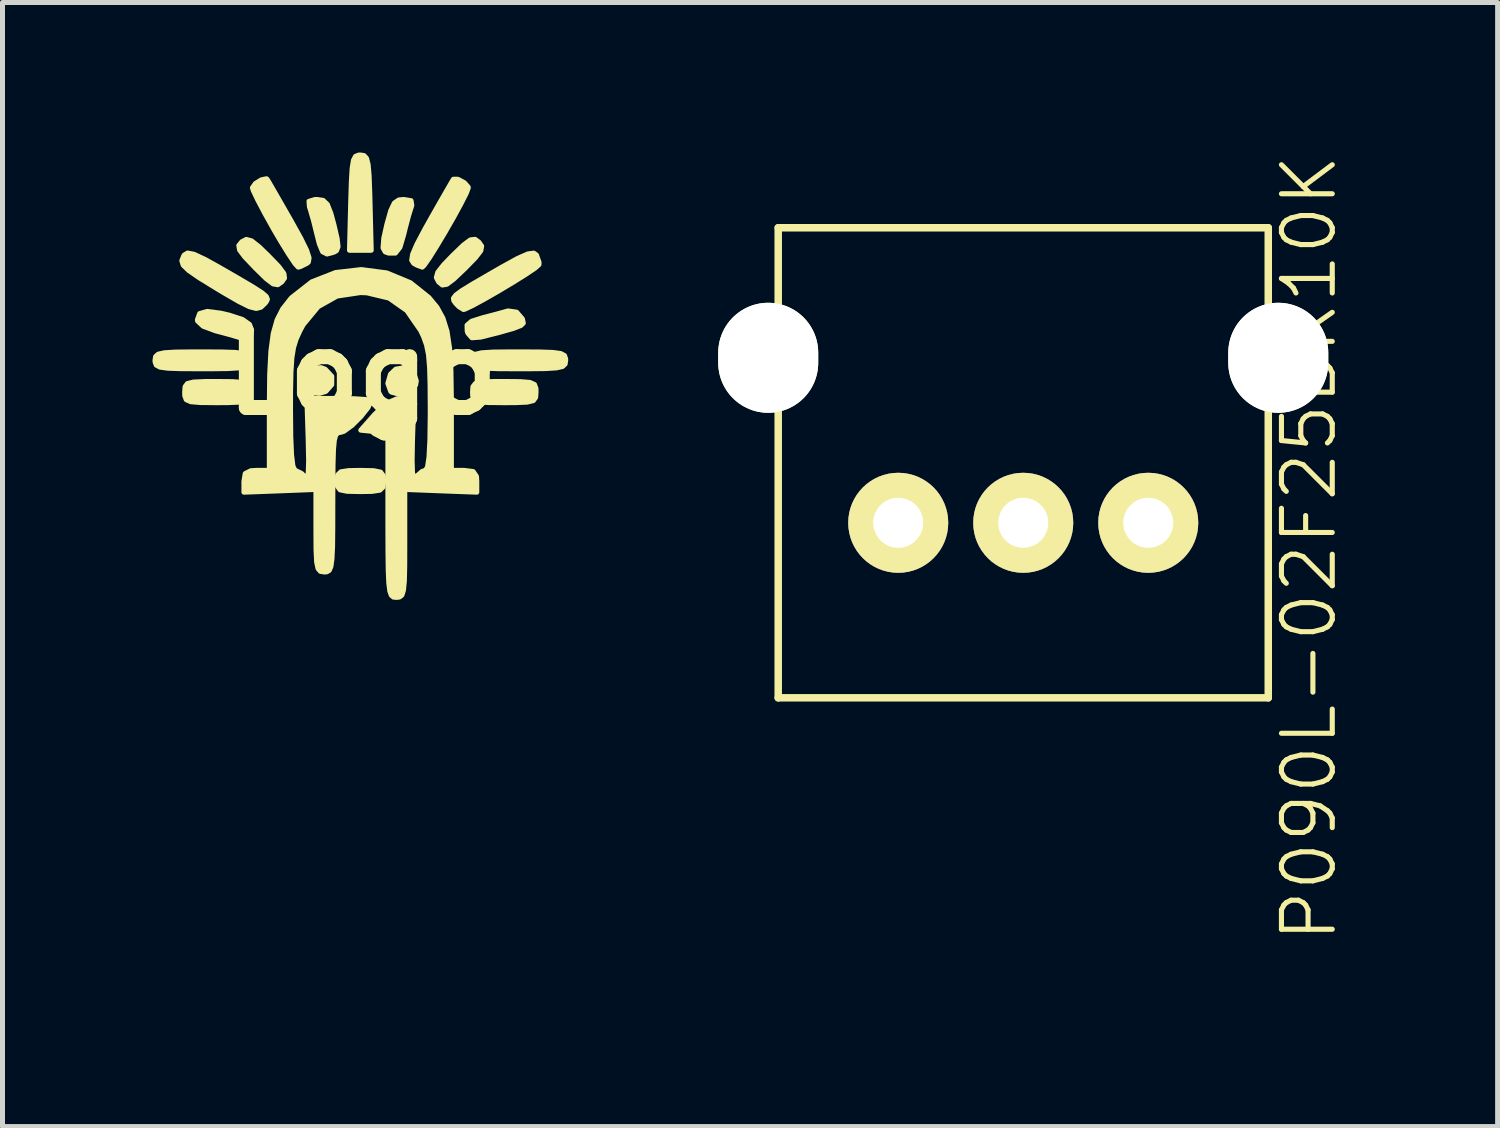
<source format=kicad_pcb>
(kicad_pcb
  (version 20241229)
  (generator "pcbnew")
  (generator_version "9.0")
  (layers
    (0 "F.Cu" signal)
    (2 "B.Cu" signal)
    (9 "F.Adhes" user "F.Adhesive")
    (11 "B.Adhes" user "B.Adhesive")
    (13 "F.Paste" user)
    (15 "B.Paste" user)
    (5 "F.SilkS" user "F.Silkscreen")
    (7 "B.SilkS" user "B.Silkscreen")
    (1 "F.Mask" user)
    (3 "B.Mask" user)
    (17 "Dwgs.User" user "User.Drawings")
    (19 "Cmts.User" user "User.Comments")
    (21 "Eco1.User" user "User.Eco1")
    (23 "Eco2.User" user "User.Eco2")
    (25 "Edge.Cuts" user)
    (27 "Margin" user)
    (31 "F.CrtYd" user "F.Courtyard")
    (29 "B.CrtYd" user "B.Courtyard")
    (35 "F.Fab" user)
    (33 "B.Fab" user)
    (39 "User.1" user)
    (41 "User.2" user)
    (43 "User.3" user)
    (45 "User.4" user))
  (footprint "Logo"
    (layer "F.Cu")
    (at 4.199 4.41)
    (property "Reference" "Logo" (at 0 0 0) (layer "F.SilkS") (effects (font (size 1.524 1.524) (thickness 0.3))))
    (attr through_hole)
    (fp_poly (pts (xy -0.614 0.065) (xy -0.615 0.233) (xy -0.732 0.367) (xy -0.861 0.407) (xy -1.047 0.389) (xy -1.143 0.255) (xy -1.146 0.244) (xy -1.141 0.044) (xy -1.02 -0.086) (xy -0.831 -0.108) (xy -0.745 -0.076) (xy -0.614 0.065)) (stroke (width 0.1) (type solid)) (fill yes) (layer "F.SilkS"))
    (fp_poly (pts (xy 1.077 0.155) (xy 1.063 0.239) (xy 0.945 0.376) (xy 0.757 0.431) (xy 0.582 0.383) (xy 0.564 0.367) (xy 0.507 0.207) (xy 0.559 0.025) (xy 0.666 -0.078) (xy 0.863 -0.111) (xy 1.018 -0.019) (xy 1.077 0.155)) (stroke (width 0.1) (type solid)) (fill yes) (layer "F.SilkS"))
    (fp_poly (pts (xy -2.217 -0.863) (xy -2.242 -0.715) (xy -2.381 -0.689) (xy -2.498 -0.722) (xy -2.627 -0.761) (xy -2.85 -0.821) (xy -2.942 -0.845) (xy -3.186 -0.936) (xy -3.298 -1.041) (xy -3.302 -1.064) (xy -3.256 -1.189) (xy -3.107 -1.232) (xy -2.833 -1.197) (xy -2.667 -1.158) (xy -2.399 -1.071) (xy -2.26 -0.973) (xy -2.217 -0.863)) (stroke (width 0.1) (type solid)) (fill yes) (layer "F.SilkS"))
    (fp_poly (pts (xy 0.175 -2.455) (xy -0.042 -2.455) (xy -0.26 -2.455) (xy -0.236 -3.408) (xy -0.223 -3.821) (xy -0.207 -4.094) (xy -0.181 -4.255) (xy -0.139 -4.334) (xy -0.075 -4.359) (xy -0.042 -4.36) (xy 0.031 -4.349) (xy 0.081 -4.295) (xy 0.113 -4.171) (xy 0.133 -3.946) (xy 0.146 -3.593) (xy 0.151 -3.408) (xy 0.175 -2.455)) (stroke (width 0.1) (type solid)) (fill yes) (layer "F.SilkS"))
    (fp_poly (pts (xy 0.423 2.159) (xy 0.411 2.28) (xy 0.347 2.343) (xy 0.19 2.367) (xy -0.042 2.371) (xy -0.309 2.365) (xy -0.448 2.336) (xy -0.5 2.265) (xy -0.508 2.159) (xy -0.496 2.038) (xy -0.432 1.975) (xy -0.275 1.951) (xy -0.042 1.947) (xy 0.224 1.953) (xy 0.363 1.982) (xy 0.416 2.053) (xy 0.423 2.159)) (stroke (width 0.1) (type solid)) (fill yes) (layer "F.SilkS"))
    (fp_poly (pts (xy 3.216 -0.998) (xy 3.169 -0.951) (xy 3.011 -0.89) (xy 2.725 -0.809) (xy 2.361 -0.718) (xy 2.188 -0.705) (xy 2.106 -0.8) (xy 2.094 -0.839) (xy 2.091 -0.957) (xy 2.183 -1.036) (xy 2.4 -1.105) (xy 2.66 -1.173) (xy 2.872 -1.231) (xy 2.91 -1.242) (xy 3.082 -1.218) (xy 3.199 -1.082) (xy 3.216 -0.998)) (stroke (width 0.1) (type solid)) (fill yes) (layer "F.SilkS"))
    (fp_poly (pts (xy 0.987 -3.353) (xy 0.977 -3.323) (xy 0.924 -3.154) (xy 0.856 -2.897) (xy 0.826 -2.773) (xy 0.75 -2.515) (xy 0.659 -2.399) (xy 0.525 -2.398) (xy 0.455 -2.423) (xy 0.411 -2.502) (xy 0.426 -2.696) (xy 0.486 -2.967) (xy 0.565 -3.248) (xy 0.637 -3.4) (xy 0.728 -3.462) (xy 0.824 -3.471) (xy 0.972 -3.447) (xy 0.987 -3.353)) (stroke (width 0.1) (type solid)) (fill yes) (layer "F.SilkS"))
    (fp_poly (pts (xy -1.559 -1.898) (xy -1.614 -1.821) (xy -1.694 -1.766) (xy -1.787 -1.782) (xy -1.926 -1.888) (xy -2.145 -2.102) (xy -2.145 -2.103) (xy -2.356 -2.324) (xy -2.459 -2.462) (xy -2.473 -2.551) (xy -2.414 -2.624) (xy -2.412 -2.626) (xy -2.323 -2.672) (xy -2.219 -2.644) (xy -2.065 -2.523) (xy -1.881 -2.344) (xy -1.672 -2.127) (xy -1.571 -1.99) (xy -1.559 -1.898)) (stroke (width 0.1) (type solid)) (fill yes) (layer "F.SilkS"))
    (fp_poly (pts (xy -0.488 -2.526) (xy -0.519 -2.447) (xy -0.568 -2.418) (xy -0.709 -2.38) (xy -0.797 -2.424) (xy -0.863 -2.582) (xy -0.911 -2.773) (xy -0.978 -3.043) (xy -1.041 -3.262) (xy -1.061 -3.323) (xy -1.07 -3.434) (xy -0.951 -3.47) (xy -0.908 -3.471) (xy -0.787 -3.453) (xy -0.702 -3.371) (xy -0.631 -3.189) (xy -0.571 -2.968) (xy -0.506 -2.686) (xy -0.488 -2.526)) (stroke (width 0.1) (type solid)) (fill yes) (layer "F.SilkS"))
    (fp_poly (pts (xy 2.383 -2.539) (xy 2.367 -2.446) (xy 2.26 -2.307) (xy 2.046 -2.088) (xy 2.046 -2.088) (xy 1.825 -1.878) (xy 1.686 -1.774) (xy 1.597 -1.76) (xy 1.525 -1.82) (xy 1.523 -1.821) (xy 1.477 -1.91) (xy 1.505 -2.014) (xy 1.626 -2.168) (xy 1.805 -2.353) (xy 2.021 -2.561) (xy 2.158 -2.663) (xy 2.251 -2.674) (xy 2.327 -2.619) (xy 2.383 -2.539)) (stroke (width 0.1) (type solid)) (fill yes) (layer "F.SilkS"))
    (fp_poly (pts (xy -2.286 0.381) (xy -2.294 0.489) (xy -2.341 0.552) (xy -2.464 0.582) (xy -2.698 0.592) (xy -2.921 0.593) (xy -3.244 0.59) (xy -3.433 0.574) (xy -3.525 0.533) (xy -3.554 0.455) (xy -3.556 0.381) (xy -3.548 0.273) (xy -3.501 0.21) (xy -3.378 0.18) (xy -3.144 0.17) (xy -2.921 0.169) (xy -2.598 0.172) (xy -2.409 0.188) (xy -2.317 0.229) (xy -2.288 0.307) (xy -2.286 0.381)) (stroke (width 0.1) (type solid)) (fill yes) (layer "F.SilkS"))
    (fp_poly (pts (xy 3.471 0.381) (xy 3.463 0.489) (xy 3.416 0.552) (xy 3.293 0.582) (xy 3.059 0.592) (xy 2.836 0.593) (xy 2.513 0.59) (xy 2.324 0.574) (xy 2.233 0.533) (xy 2.204 0.455) (xy 2.201 0.381) (xy 2.209 0.273) (xy 2.257 0.21) (xy 2.38 0.18) (xy 2.613 0.17) (xy 2.836 0.169) (xy 3.159 0.172) (xy 3.349 0.188) (xy 3.44 0.229) (xy 3.469 0.307) (xy 3.471 0.381)) (stroke (width 0.1) (type solid)) (fill yes) (layer "F.SilkS"))
    (fp_poly (pts (xy -1.901 -1.474) (xy -1.925 -1.424) (xy -1.952 -1.391) (xy -2.031 -1.316) (xy -2.124 -1.291) (xy -2.261 -1.326) (xy -2.471 -1.43) (xy -2.786 -1.612) (xy -2.918 -1.692) (xy -3.26 -1.902) (xy -3.475 -2.05) (xy -3.586 -2.158) (xy -3.613 -2.247) (xy -3.577 -2.339) (xy -3.565 -2.359) (xy -3.498 -2.4) (xy -3.369 -2.375) (xy -3.151 -2.273) (xy -2.868 -2.116) (xy -2.462 -1.882) (xy -2.183 -1.717) (xy -2.009 -1.605) (xy -1.922 -1.529) (xy -1.901 -1.474)) (stroke (width 0.1) (type solid)) (fill yes) (layer "F.SilkS"))
    (fp_poly (pts (xy -1.068 -2.304) (xy -1.081 -2.22) (xy -1.107 -2.196) (xy -1.243 -2.128) (xy -1.285 -2.118) (xy -1.348 -2.186) (xy -1.473 -2.372) (xy -1.64 -2.643) (xy -1.772 -2.868) (xy -1.952 -3.191) (xy -2.095 -3.462) (xy -2.183 -3.647) (xy -2.201 -3.705) (xy -2.142 -3.79) (xy -2.02 -3.865) (xy -1.919 -3.885) (xy -1.907 -3.875) (xy -1.86 -3.797) (xy -1.748 -3.603) (xy -1.588 -3.324) (xy -1.438 -3.062) (xy -1.237 -2.7) (xy -1.117 -2.456) (xy -1.068 -2.304)) (stroke (width 0.1) (type solid)) (fill yes) (layer "F.SilkS"))
    (fp_poly (pts (xy 2.117 -3.706) (xy 2.077 -3.598) (xy 1.972 -3.39) (xy 1.825 -3.119) (xy 1.655 -2.823) (xy 1.485 -2.538) (xy 1.337 -2.302) (xy 1.232 -2.152) (xy 1.196 -2.118) (xy 1.086 -2.159) (xy 1.023 -2.195) (xy 0.984 -2.256) (xy 1.002 -2.374) (xy 1.087 -2.573) (xy 1.249 -2.879) (xy 1.351 -3.062) (xy 1.535 -3.386) (xy 1.687 -3.651) (xy 1.787 -3.824) (xy 1.818 -3.875) (xy 1.909 -3.875) (xy 2.036 -3.807) (xy 2.114 -3.72) (xy 2.117 -3.706)) (stroke (width 0.1) (type solid)) (fill yes) (layer "F.SilkS"))
    (fp_poly (pts (xy 3.532 -2.214) (xy 3.529 -2.167) (xy 3.452 -2.099) (xy 3.265 -1.973) (xy 3.007 -1.812) (xy 2.718 -1.639) (xy 2.436 -1.477) (xy 2.2 -1.349) (xy 2.049 -1.278) (xy 2.021 -1.27) (xy 1.929 -1.327) (xy 1.867 -1.391) (xy 1.826 -1.446) (xy 1.819 -1.496) (xy 1.866 -1.558) (xy 1.987 -1.648) (xy 2.204 -1.781) (xy 2.535 -1.973) (xy 2.783 -2.116) (xy 3.101 -2.291) (xy 3.306 -2.382) (xy 3.425 -2.398) (xy 3.48 -2.359) (xy 3.532 -2.214)) (stroke (width 0.1) (type solid)) (fill yes) (layer "F.SilkS"))
    (fp_poly (pts (xy -2.286 -0.254) (xy -2.297 -0.18) (xy -2.348 -0.131) (xy -2.47 -0.103) (xy -2.692 -0.089) (xy -3.042 -0.085) (xy -3.217 -0.085) (xy -3.625 -0.087) (xy -3.892 -0.096) (xy -4.049 -0.118) (xy -4.124 -0.158) (xy -4.148 -0.222) (xy -4.149 -0.254) (xy -4.138 -0.328) (xy -4.086 -0.377) (xy -3.964 -0.405) (xy -3.743 -0.419) (xy -3.393 -0.423) (xy -3.217 -0.423) (xy -2.81 -0.421) (xy -2.542 -0.412) (xy -2.385 -0.39) (xy -2.31 -0.35) (xy -2.287 -0.286) (xy -2.286 -0.254)) (stroke (width 0.1) (type solid)) (fill yes) (layer "F.SilkS"))
    (fp_poly (pts (xy 4.064 -0.254) (xy 4.053 -0.18) (xy 4.002 -0.131) (xy 3.88 -0.103) (xy 3.658 -0.089) (xy 3.308 -0.085) (xy 3.133 -0.085) (xy 2.725 -0.087) (xy 2.458 -0.096) (xy 2.301 -0.118) (xy 2.226 -0.158) (xy 2.202 -0.222) (xy 2.201 -0.254) (xy 2.212 -0.328) (xy 2.264 -0.377) (xy 2.386 -0.405) (xy 2.607 -0.419) (xy 2.957 -0.423) (xy 3.133 -0.423) (xy 3.54 -0.421) (xy 3.808 -0.412) (xy 3.965 -0.39) (xy 4.04 -0.35) (xy 4.063 -0.286) (xy 4.064 -0.254)) (stroke (width 0.1) (type solid)) (fill yes) (layer "F.SilkS"))
    (fp_poly (pts (xy 2.286 2.383) (xy 1.566 2.356) (xy 0.846 2.328) (xy 0.846 3.408) (xy 0.845 3.852) (xy 0.838 4.154) (xy 0.82 4.342) (xy 0.789 4.441) (xy 0.738 4.481) (xy 0.677 4.487) (xy 0.619 4.481) (xy 0.576 4.445) (xy 0.546 4.36) (xy 0.526 4.201) (xy 0.515 3.948) (xy 0.51 3.578) (xy 0.508 3.069) (xy 0.508 2.842) (xy 0.508 1.196) (xy 0.237 1.17) (xy -0.034 1.143) (xy 0.246 0.826) (xy 0.478 0.606) (xy 0.69 0.515) (xy 0.776 0.508) (xy 1.027 0.508) (xy 1 1.357) (xy 0.993 1.749) (xy 1 1.989) (xy 1.024 2.093) (xy 1.066 2.079) (xy 1.068 2.076) (xy 1.193 1.967) (xy 1.258 1.947) (xy 1.3 1.883) (xy 1.33 1.683) (xy 1.348 1.337) (xy 1.355 0.835) (xy 1.355 0.738) (xy 1.352 0.247) (xy 1.342 -0.109) (xy 1.32 -0.367) (xy 1.281 -0.561) (xy 1.222 -0.727) (xy 1.164 -0.849) (xy 0.888 -1.248) (xy 0.532 -1.498) (xy 0.089 -1.604) (xy -0.042 -1.609) (xy -0.509 -1.539) (xy -0.887 -1.327) (xy -1.184 -0.968) (xy -1.249 -0.849) (xy -1.325 -0.682) (xy -1.378 -0.512) (xy -1.412 -0.304) (xy -1.43 -0.023) (xy -1.438 0.367) (xy -1.439 0.738) (xy -1.434 1.267) (xy -1.418 1.637) (xy -1.391 1.86) (xy -1.351 1.946) (xy -1.343 1.947) (xy -1.216 2.009) (xy -1.152 2.076) (xy -1.11 2.095) (xy -1.085 1.995) (xy -1.077 1.761) (xy -1.085 1.375) (xy -1.085 1.357) (xy -1.112 0.508) (xy -0.471 0.508) (xy -0.166 0.514) (xy 0.06 0.529) (xy 0.166 0.551) (xy 0.169 0.556) (xy 0.111 0.69) (xy -0.032 0.871) (xy -0.209 1.047) (xy -0.369 1.164) (xy -0.433 1.185) (xy -0.492 1.195) (xy -0.535 1.241) (xy -0.563 1.346) (xy -0.58 1.535) (xy -0.589 1.831) (xy -0.592 2.259) (xy -0.593 2.582) (xy -0.594 3.098) (xy -0.598 3.468) (xy -0.61 3.717) (xy -0.631 3.869) (xy -0.665 3.947) (xy -0.714 3.976) (xy -0.762 3.979) (xy -0.84 3.967) (xy -0.889 3.911) (xy -0.917 3.779) (xy -0.929 3.541) (xy -0.931 3.166) (xy -0.931 3.154) (xy -0.931 2.328) (xy -1.651 2.356) (xy -2.371 2.383) (xy -2.371 2.165) (xy -2.345 2.01) (xy -2.231 1.953) (xy -2.117 1.947) (xy -1.863 1.947) (xy -1.863 0.632) (xy -1.856 0.029) (xy -1.832 -0.436) (xy -1.785 -0.789) (xy -1.708 -1.062) (xy -1.596 -1.282) (xy -1.441 -1.48) (xy -1.414 -1.51) (xy -1.013 -1.824) (xy -0.537 -2.01) (xy -0.025 -2.069) (xy 0.486 -2.002) (xy 0.958 -1.806) (xy 1.329 -1.51) (xy 1.491 -1.313) (xy 1.609 -1.097) (xy 1.691 -0.835) (xy 1.742 -0.495) (xy 1.769 -0.049) (xy 1.778 0.531) (xy 1.778 0.632) (xy 1.778 1.947) (xy 2.032 1.947) (xy 2.213 1.97) (xy 2.28 2.067) (xy 2.286 2.165) (xy 2.286 2.383)) (stroke (width 0.1) (type solid)) (fill yes) (layer "F.SilkS")))
  (footprint "P090L-02F25BR10K"
    (layer "F.Cu")
    (at 17.413 7.405)
    (property "Reference" "P090L-02F25BR10K" (at 5.715 0.508 90) (layer "F.SilkS") (effects (font (size 1.016 1.016) (thickness 0.102))))
    (attr through_hole)
    (fp_line (start -4.9 -5.9) (end -4.9 3.5) (stroke (width 0.15) (type solid)) (layer "F.SilkS"))
    (fp_line (start -4.9 -5.9) (end 4.9 -5.9) (stroke (width 0.15) (type solid)) (layer "F.SilkS"))
    (fp_line (start -4.9 3.5) (end 4.9 3.5) (stroke (width 0.15) (type solid)) (layer "F.SilkS"))
    (fp_line (start 4.9 -5.9) (end 4.9 3.5) (stroke (width 0.15) (type solid)) (layer "F.SilkS"))
    (fp_line (start -2.5 3.5) (end -2.5 9) (stroke (width 0.15) (type solid)) (layer "Eco1.User"))
    (fp_line (start -2.5 9) (end 2.5 9) (stroke (width 0.15) (type solid)) (layer "Eco1.User"))
    (fp_line (start 2.5 9) (end 2.5 3.5) (stroke (width 0.15) (type solid)) (layer "Eco1.User"))
    (pad "" np_thru_hole oval (at -5.1 -3.3) (size 2 2.2) (drill oval 2 2.2) (layers "*.Cu" "*.Mask" "F.SilkS"))
    (pad "" np_thru_hole oval (at 5.1 -3.3) (size 2 2.2) (drill oval 2 2.2) (layers "*.Cu" "*.Mask" "F.SilkS"))
    (pad "1" thru_hole circle (at -2.5 0) (size 2 2) (drill 1) (layers "*.Cu" "*.Mask" "F.SilkS"))
    (pad "2" thru_hole circle (at 0 0) (size 2 2) (drill 1) (layers "*.Cu" "*.Mask" "F.SilkS"))
    (pad "3" thru_hole circle (at 2.5 0) (size 2 2) (drill 1) (layers "*.Cu" "*.Mask" "F.SilkS")))
  (gr_rect
    (start -3 -3)
    (end 26.9 19.48)
    (stroke (width 0.1) (type default))
    (fill no)
    (layer "Edge.Cuts")))
</source>
